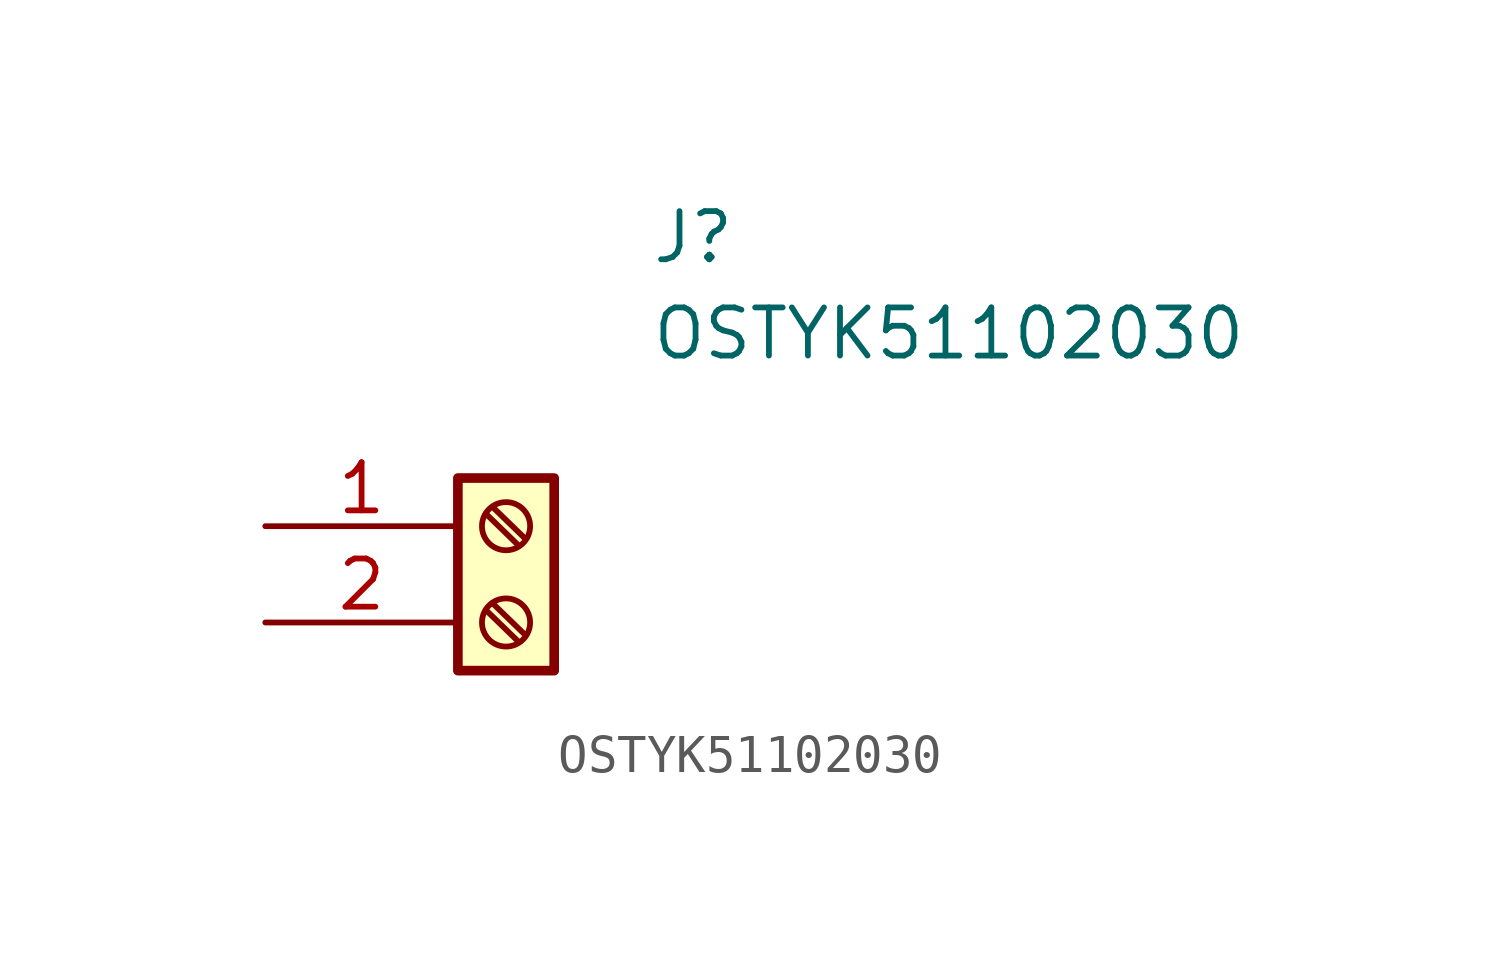
<source format=kicad_sym>
(kicad_symbol_lib
  (version 20211014)
  (generator kicad_symbol_editor)
  (symbol "OSTYK51102030"
    (pin_names
      (offset 0.002) hide)
    (property "Reference" "J"
      (at 10.16 7.62 0)
      (effects (font (size 1.27 1.27)) (justify left)))
    (property "Value" "OSTYK51102030"
      (at 10.16 5.08 0)
      (effects (font (size 1.27 1.27)) (justify left)))
    (symbol "OSTYK51102030_0_0"
      (pin passive line (at 0 0 0) (length 5.08) (name "1" (effects (font (size 1.27 1.27)))) (number "1" (effects (font (size 1.27 1.27)))))
      (pin passive line (at 0 -2.54 0) (length 5.08) (name "2" (effects (font (size 1.27 1.27)))) (number "2" (effects (font (size 1.27 1.27))))))
    (symbol "OSTYK51102030_1_1"
      (polyline (pts (xy 5.817 -2.21) (xy 6.68 -3.048)) (stroke (width 0.152) (type default) (color 0 0 0 0)) (fill (type none)))
      (polyline (pts (xy 5.817 0.33) (xy 6.68 -0.508)) (stroke (width 0.152) (type default) (color 0 0 0 0)) (fill (type none)))
      (polyline (pts (xy 5.994 -2.032) (xy 6.858 -2.87)) (stroke (width 0.152) (type default) (color 0 0 0 0)) (fill (type none)))
      (polyline (pts (xy 5.994 0.508) (xy 6.858 -0.33)) (stroke (width 0.152) (type default) (color 0 0 0 0)) (fill (type none)))
      (rectangle (start 5.08 1.27) (end 7.62 -3.81) (stroke (width 0.254) (type default) (color 0 0 0 0)) (fill (type background)))
      (circle (center 6.35 -2.54) (radius 0.635) (stroke (width 0.152) (type default) (color 0 0 0 0)) (fill (type none)))
      (circle (center 6.35 0) (radius 0.635) (stroke (width 0.152) (type default) (color 0 0 0 0)) (fill (type none))))))
</source>
